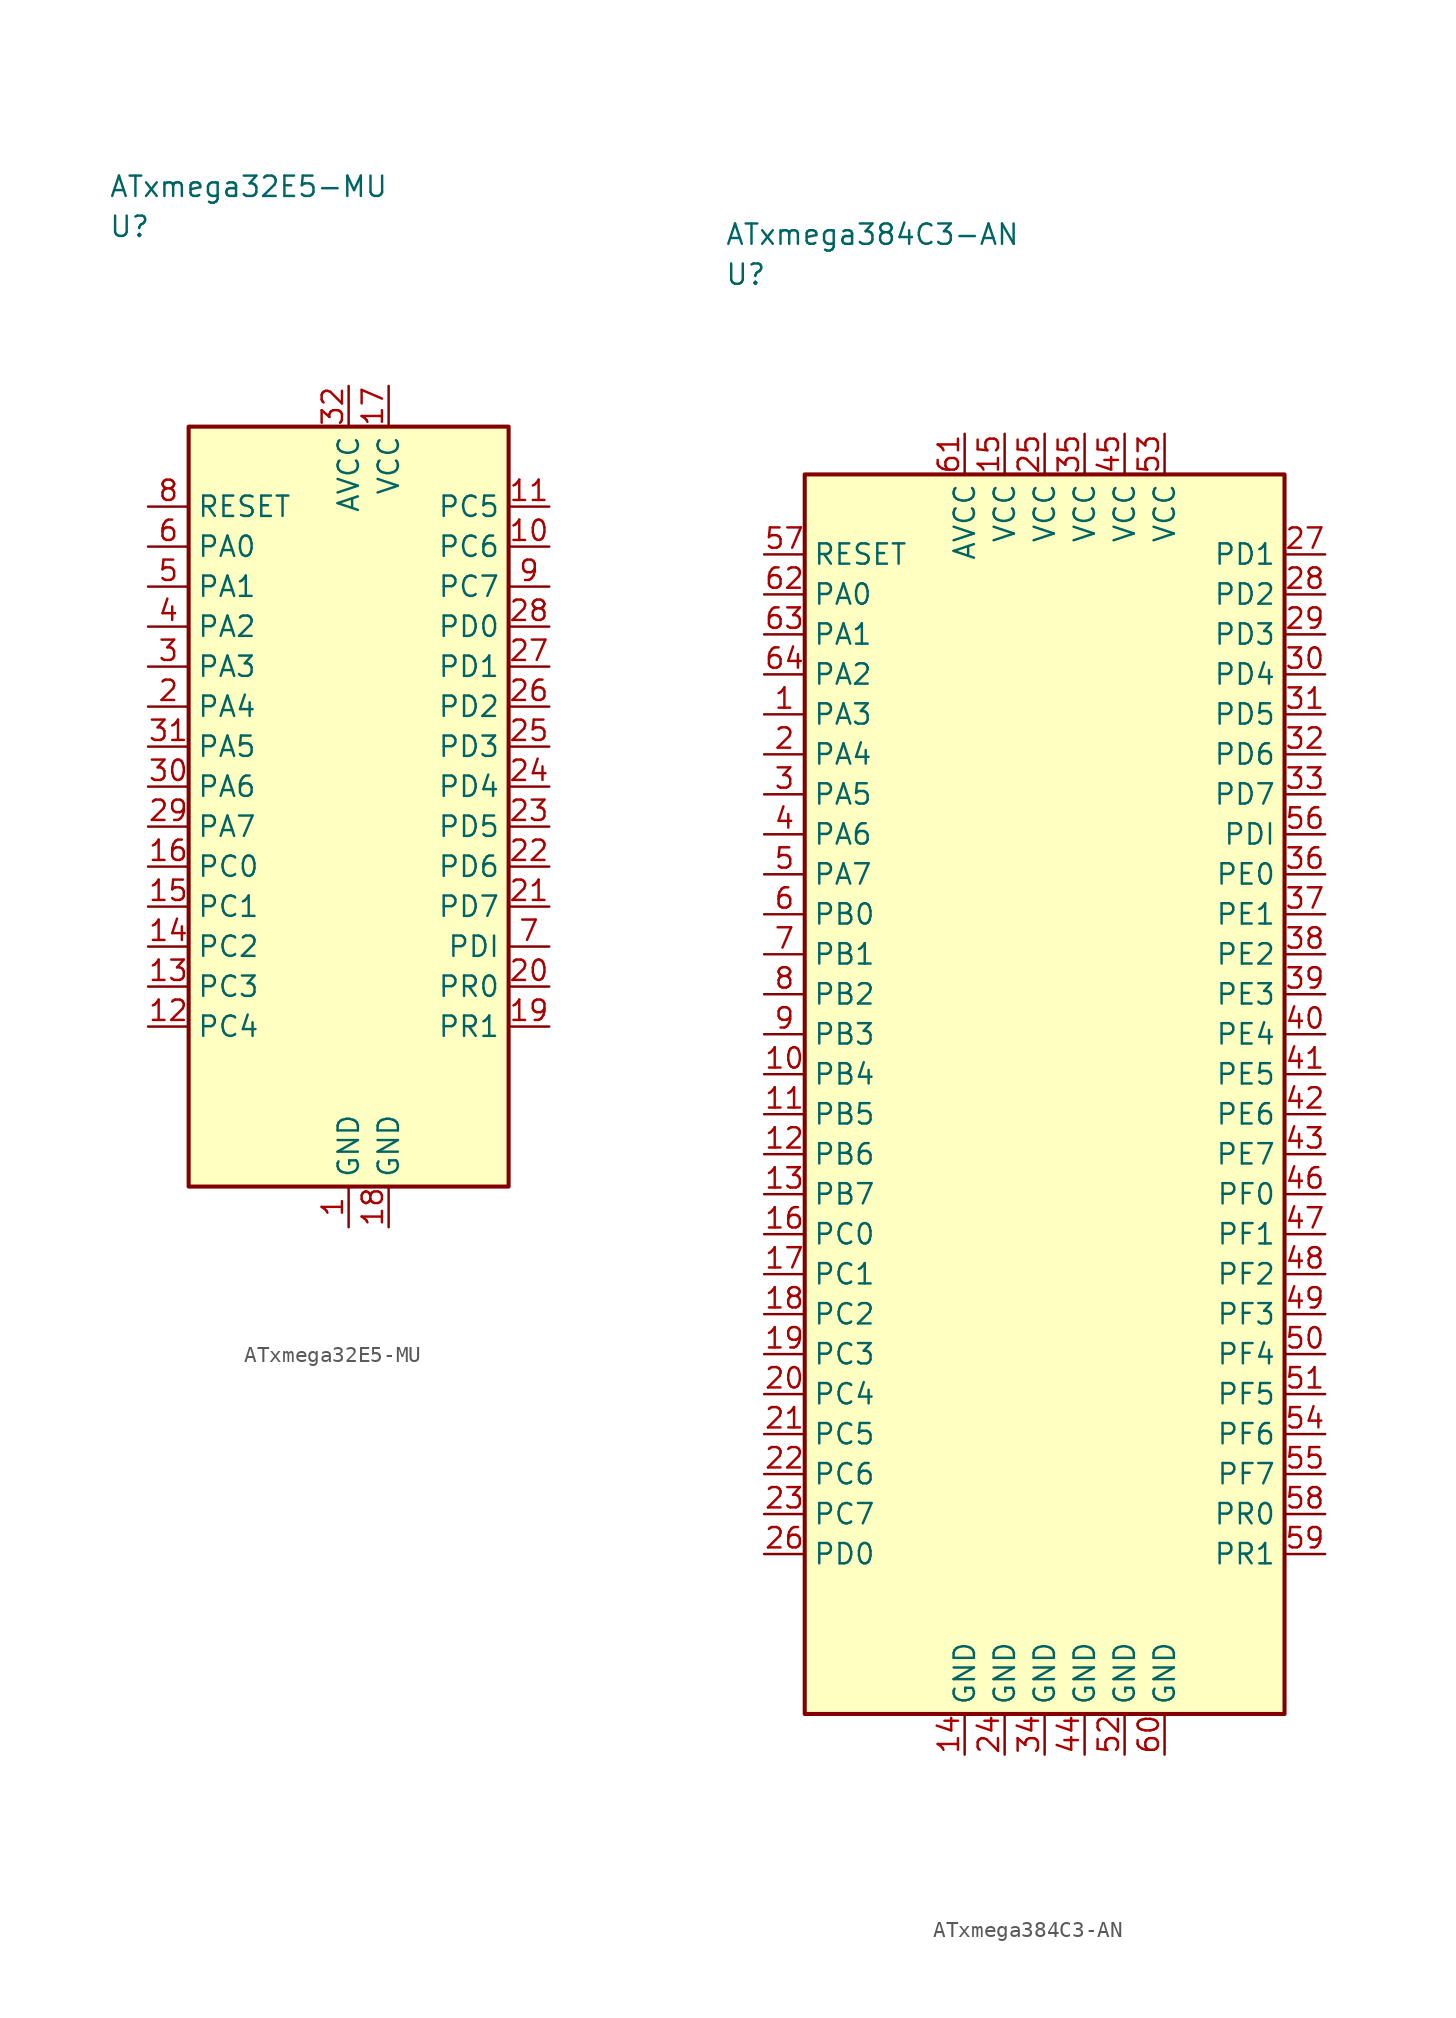
<source format=kicad_sym>
(kicad_symbol_lib
  (version 20241025)
  (generator "kicad_symbol_editor")
  (generator_version "8.0")
  (symbol "ATxmega32E5-MU"
    (property "Reference" "U"
      (at -15.0 36.25 0)
      (effects (font (size 1.27 1.27)) (justify left)))
    (property "Value" "ATxmega32E5-MU"
      (at -15.0 38.75 0)
      (effects (font (size 1.27 1.27)) (justify left)))
    (symbol "ATxmega32E5-MU_0_1"
      (rectangle (start -10.0 23.75) (end 10.0 -23.75) (stroke (width 0.254) (type default)) (fill (type background))))
    (symbol "ATxmega32E5-MU_1_1"
      (pin passive line (at 0.0 -26.29 90.0) (length 2.54) (name "GND" (effects (font (size 1.27 1.27)))) (number "1" (effects (font (size 1.27 1.27)))))
      (pin bidirectional line (at -12.54 6.25 0.0) (length 2.54) (name "PA4" (effects (font (size 1.27 1.27)))) (number "2" (effects (font (size 1.27 1.27)))))
      (pin bidirectional line (at -12.54 8.75 0.0) (length 2.54) (name "PA3" (effects (font (size 1.27 1.27)))) (number "3" (effects (font (size 1.27 1.27)))))
      (pin bidirectional line (at -12.54 11.25 0.0) (length 2.54) (name "PA2" (effects (font (size 1.27 1.27)))) (number "4" (effects (font (size 1.27 1.27)))))
      (pin bidirectional line (at -12.54 13.75 0.0) (length 2.54) (name "PA1" (effects (font (size 1.27 1.27)))) (number "5" (effects (font (size 1.27 1.27)))))
      (pin bidirectional line (at -12.54 16.25 0.0) (length 2.54) (name "PA0" (effects (font (size 1.27 1.27)))) (number "6" (effects (font (size 1.27 1.27)))))
      (pin bidirectional line (at 12.54 -8.75 180.0) (length 2.54) (name "PDI" (effects (font (size 1.27 1.27)))) (number "7" (effects (font (size 1.27 1.27)))))
      (pin input line (at -12.54 18.75 0.0) (length 2.54) (name "RESET" (effects (font (size 1.27 1.27)))) (number "8" (effects (font (size 1.27 1.27)))))
      (pin bidirectional line (at 12.54 13.75 180.0) (length 2.54) (name "PC7" (effects (font (size 1.27 1.27)))) (number "9" (effects (font (size 1.27 1.27)))))
      (pin bidirectional line (at 12.54 16.25 180.0) (length 2.54) (name "PC6" (effects (font (size 1.27 1.27)))) (number "10" (effects (font (size 1.27 1.27)))))
      (pin bidirectional line (at 12.54 18.75 180.0) (length 2.54) (name "PC5" (effects (font (size 1.27 1.27)))) (number "11" (effects (font (size 1.27 1.27)))))
      (pin bidirectional line (at -12.54 -13.75 0.0) (length 2.54) (name "PC4" (effects (font (size 1.27 1.27)))) (number "12" (effects (font (size 1.27 1.27)))))
      (pin bidirectional line (at -12.54 -11.25 0.0) (length 2.54) (name "PC3" (effects (font (size 1.27 1.27)))) (number "13" (effects (font (size 1.27 1.27)))))
      (pin bidirectional line (at -12.54 -8.75 0.0) (length 2.54) (name "PC2" (effects (font (size 1.27 1.27)))) (number "14" (effects (font (size 1.27 1.27)))))
      (pin bidirectional line (at -12.54 -6.25 0.0) (length 2.54) (name "PC1" (effects (font (size 1.27 1.27)))) (number "15" (effects (font (size 1.27 1.27)))))
      (pin bidirectional line (at -12.54 -3.75 0.0) (length 2.54) (name "PC0" (effects (font (size 1.27 1.27)))) (number "16" (effects (font (size 1.27 1.27)))))
      (pin power_in line (at 2.5 26.29 270.0) (length 2.54) (name "VCC" (effects (font (size 1.27 1.27)))) (number "17" (effects (font (size 1.27 1.27)))))
      (pin passive line (at 2.5 -26.29 90.0) (length 2.54) (name "GND" (effects (font (size 1.27 1.27)))) (number "18" (effects (font (size 1.27 1.27)))))
      (pin bidirectional line (at 12.54 -13.75 180.0) (length 2.54) (name "PR1" (effects (font (size 1.27 1.27)))) (number "19" (effects (font (size 1.27 1.27)))))
      (pin bidirectional line (at 12.54 -11.25 180.0) (length 2.54) (name "PR0" (effects (font (size 1.27 1.27)))) (number "20" (effects (font (size 1.27 1.27)))))
      (pin bidirectional line (at 12.54 -6.25 180.0) (length 2.54) (name "PD7" (effects (font (size 1.27 1.27)))) (number "21" (effects (font (size 1.27 1.27)))))
      (pin bidirectional line (at 12.54 -3.75 180.0) (length 2.54) (name "PD6" (effects (font (size 1.27 1.27)))) (number "22" (effects (font (size 1.27 1.27)))))
      (pin bidirectional line (at 12.54 -1.25 180.0) (length 2.54) (name "PD5" (effects (font (size 1.27 1.27)))) (number "23" (effects (font (size 1.27 1.27)))))
      (pin bidirectional line (at 12.54 1.25 180.0) (length 2.54) (name "PD4" (effects (font (size 1.27 1.27)))) (number "24" (effects (font (size 1.27 1.27)))))
      (pin bidirectional line (at 12.54 3.75 180.0) (length 2.54) (name "PD3" (effects (font (size 1.27 1.27)))) (number "25" (effects (font (size 1.27 1.27)))))
      (pin bidirectional line (at 12.54 6.25 180.0) (length 2.54) (name "PD2" (effects (font (size 1.27 1.27)))) (number "26" (effects (font (size 1.27 1.27)))))
      (pin bidirectional line (at 12.54 8.75 180.0) (length 2.54) (name "PD1" (effects (font (size 1.27 1.27)))) (number "27" (effects (font (size 1.27 1.27)))))
      (pin bidirectional line (at 12.54 11.25 180.0) (length 2.54) (name "PD0" (effects (font (size 1.27 1.27)))) (number "28" (effects (font (size 1.27 1.27)))))
      (pin bidirectional line (at -12.54 -1.25 0.0) (length 2.54) (name "PA7" (effects (font (size 1.27 1.27)))) (number "29" (effects (font (size 1.27 1.27)))))
      (pin bidirectional line (at -12.54 1.25 0.0) (length 2.54) (name "PA6" (effects (font (size 1.27 1.27)))) (number "30" (effects (font (size 1.27 1.27)))))
      (pin bidirectional line (at -12.54 3.75 0.0) (length 2.54) (name "PA5" (effects (font (size 1.27 1.27)))) (number "31" (effects (font (size 1.27 1.27)))))
      (pin power_in line (at 0.0 26.29 270.0) (length 2.54) (name "AVCC" (effects (font (size 1.27 1.27)))) (number "32" (effects (font (size 1.27 1.27)))))))
  (symbol "ATxmega384C3-AN"
    (property "Reference" "U"
      (at -20.0 51.25 0)
      (effects (font (size 1.27 1.27)) (justify left)))
    (property "Value" "ATxmega384C3-AN"
      (at -20.0 53.75 0)
      (effects (font (size 1.27 1.27)) (justify left)))
    (symbol "ATxmega384C3-AN_0_1"
      (rectangle (start -15.0 38.75) (end 15.0 -38.75) (stroke (width 0.254) (type default)) (fill (type background))))
    (symbol "ATxmega384C3-AN_1_1"
      (pin bidirectional line (at -17.54 23.75 0.0) (length 2.54) (name "PA3" (effects (font (size 1.27 1.27)))) (number "1" (effects (font (size 1.27 1.27)))))
      (pin bidirectional line (at -17.54 21.25 0.0) (length 2.54) (name "PA4" (effects (font (size 1.27 1.27)))) (number "2" (effects (font (size 1.27 1.27)))))
      (pin bidirectional line (at -17.54 18.75 0.0) (length 2.54) (name "PA5" (effects (font (size 1.27 1.27)))) (number "3" (effects (font (size 1.27 1.27)))))
      (pin bidirectional line (at -17.54 16.25 0.0) (length 2.54) (name "PA6" (effects (font (size 1.27 1.27)))) (number "4" (effects (font (size 1.27 1.27)))))
      (pin bidirectional line (at -17.54 13.75 0.0) (length 2.54) (name "PA7" (effects (font (size 1.27 1.27)))) (number "5" (effects (font (size 1.27 1.27)))))
      (pin bidirectional line (at -17.54 11.25 0.0) (length 2.54) (name "PB0" (effects (font (size 1.27 1.27)))) (number "6" (effects (font (size 1.27 1.27)))))
      (pin bidirectional line (at -17.54 8.75 0.0) (length 2.54) (name "PB1" (effects (font (size 1.27 1.27)))) (number "7" (effects (font (size 1.27 1.27)))))
      (pin bidirectional line (at -17.54 6.25 0.0) (length 2.54) (name "PB2" (effects (font (size 1.27 1.27)))) (number "8" (effects (font (size 1.27 1.27)))))
      (pin bidirectional line (at -17.54 3.75 0.0) (length 2.54) (name "PB3" (effects (font (size 1.27 1.27)))) (number "9" (effects (font (size 1.27 1.27)))))
      (pin bidirectional line (at -17.54 1.25 0.0) (length 2.54) (name "PB4" (effects (font (size 1.27 1.27)))) (number "10" (effects (font (size 1.27 1.27)))))
      (pin bidirectional line (at -17.54 -1.25 0.0) (length 2.54) (name "PB5" (effects (font (size 1.27 1.27)))) (number "11" (effects (font (size 1.27 1.27)))))
      (pin bidirectional line (at -17.54 -3.75 0.0) (length 2.54) (name "PB6" (effects (font (size 1.27 1.27)))) (number "12" (effects (font (size 1.27 1.27)))))
      (pin bidirectional line (at -17.54 -6.25 0.0) (length 2.54) (name "PB7" (effects (font (size 1.27 1.27)))) (number "13" (effects (font (size 1.27 1.27)))))
      (pin passive line (at -5.0 -41.29 90.0) (length 2.54) (name "GND" (effects (font (size 1.27 1.27)))) (number "14" (effects (font (size 1.27 1.27)))))
      (pin power_in line (at -2.5 41.29 270.0) (length 2.54) (name "VCC" (effects (font (size 1.27 1.27)))) (number "15" (effects (font (size 1.27 1.27)))))
      (pin bidirectional line (at -17.54 -8.75 0.0) (length 2.54) (name "PC0" (effects (font (size 1.27 1.27)))) (number "16" (effects (font (size 1.27 1.27)))))
      (pin bidirectional line (at -17.54 -11.25 0.0) (length 2.54) (name "PC1" (effects (font (size 1.27 1.27)))) (number "17" (effects (font (size 1.27 1.27)))))
      (pin bidirectional line (at -17.54 -13.75 0.0) (length 2.54) (name "PC2" (effects (font (size 1.27 1.27)))) (number "18" (effects (font (size 1.27 1.27)))))
      (pin bidirectional line (at -17.54 -16.25 0.0) (length 2.54) (name "PC3" (effects (font (size 1.27 1.27)))) (number "19" (effects (font (size 1.27 1.27)))))
      (pin bidirectional line (at -17.54 -18.75 0.0) (length 2.54) (name "PC4" (effects (font (size 1.27 1.27)))) (number "20" (effects (font (size 1.27 1.27)))))
      (pin bidirectional line (at -17.54 -21.25 0.0) (length 2.54) (name "PC5" (effects (font (size 1.27 1.27)))) (number "21" (effects (font (size 1.27 1.27)))))
      (pin bidirectional line (at -17.54 -23.75 0.0) (length 2.54) (name "PC6" (effects (font (size 1.27 1.27)))) (number "22" (effects (font (size 1.27 1.27)))))
      (pin bidirectional line (at -17.54 -26.25 0.0) (length 2.54) (name "PC7" (effects (font (size 1.27 1.27)))) (number "23" (effects (font (size 1.27 1.27)))))
      (pin passive line (at -2.5 -41.29 90.0) (length 2.54) (name "GND" (effects (font (size 1.27 1.27)))) (number "24" (effects (font (size 1.27 1.27)))))
      (pin power_in line (at 0.0 41.29 270.0) (length 2.54) (name "VCC" (effects (font (size 1.27 1.27)))) (number "25" (effects (font (size 1.27 1.27)))))
      (pin bidirectional line (at -17.54 -28.75 0.0) (length 2.54) (name "PD0" (effects (font (size 1.27 1.27)))) (number "26" (effects (font (size 1.27 1.27)))))
      (pin bidirectional line (at 17.54 33.75 180.0) (length 2.54) (name "PD1" (effects (font (size 1.27 1.27)))) (number "27" (effects (font (size 1.27 1.27)))))
      (pin bidirectional line (at 17.54 31.25 180.0) (length 2.54) (name "PD2" (effects (font (size 1.27 1.27)))) (number "28" (effects (font (size 1.27 1.27)))))
      (pin bidirectional line (at 17.54 28.75 180.0) (length 2.54) (name "PD3" (effects (font (size 1.27 1.27)))) (number "29" (effects (font (size 1.27 1.27)))))
      (pin bidirectional line (at 17.54 26.25 180.0) (length 2.54) (name "PD4" (effects (font (size 1.27 1.27)))) (number "30" (effects (font (size 1.27 1.27)))))
      (pin bidirectional line (at 17.54 23.75 180.0) (length 2.54) (name "PD5" (effects (font (size 1.27 1.27)))) (number "31" (effects (font (size 1.27 1.27)))))
      (pin bidirectional line (at 17.54 21.25 180.0) (length 2.54) (name "PD6" (effects (font (size 1.27 1.27)))) (number "32" (effects (font (size 1.27 1.27)))))
      (pin bidirectional line (at 17.54 18.75 180.0) (length 2.54) (name "PD7" (effects (font (size 1.27 1.27)))) (number "33" (effects (font (size 1.27 1.27)))))
      (pin passive line (at 0.0 -41.29 90.0) (length 2.54) (name "GND" (effects (font (size 1.27 1.27)))) (number "34" (effects (font (size 1.27 1.27)))))
      (pin power_in line (at 2.5 41.29 270.0) (length 2.54) (name "VCC" (effects (font (size 1.27 1.27)))) (number "35" (effects (font (size 1.27 1.27)))))
      (pin bidirectional line (at 17.54 13.75 180.0) (length 2.54) (name "PE0" (effects (font (size 1.27 1.27)))) (number "36" (effects (font (size 1.27 1.27)))))
      (pin bidirectional line (at 17.54 11.25 180.0) (length 2.54) (name "PE1" (effects (font (size 1.27 1.27)))) (number "37" (effects (font (size 1.27 1.27)))))
      (pin bidirectional line (at 17.54 8.75 180.0) (length 2.54) (name "PE2" (effects (font (size 1.27 1.27)))) (number "38" (effects (font (size 1.27 1.27)))))
      (pin bidirectional line (at 17.54 6.25 180.0) (length 2.54) (name "PE3" (effects (font (size 1.27 1.27)))) (number "39" (effects (font (size 1.27 1.27)))))
      (pin bidirectional line (at 17.54 3.75 180.0) (length 2.54) (name "PE4" (effects (font (size 1.27 1.27)))) (number "40" (effects (font (size 1.27 1.27)))))
      (pin bidirectional line (at 17.54 1.25 180.0) (length 2.54) (name "PE5" (effects (font (size 1.27 1.27)))) (number "41" (effects (font (size 1.27 1.27)))))
      (pin bidirectional line (at 17.54 -1.25 180.0) (length 2.54) (name "PE6" (effects (font (size 1.27 1.27)))) (number "42" (effects (font (size 1.27 1.27)))))
      (pin bidirectional line (at 17.54 -3.75 180.0) (length 2.54) (name "PE7" (effects (font (size 1.27 1.27)))) (number "43" (effects (font (size 1.27 1.27)))))
      (pin passive line (at 2.5 -41.29 90.0) (length 2.54) (name "GND" (effects (font (size 1.27 1.27)))) (number "44" (effects (font (size 1.27 1.27)))))
      (pin power_in line (at 5.0 41.29 270.0) (length 2.54) (name "VCC" (effects (font (size 1.27 1.27)))) (number "45" (effects (font (size 1.27 1.27)))))
      (pin bidirectional line (at 17.54 -6.25 180.0) (length 2.54) (name "PF0" (effects (font (size 1.27 1.27)))) (number "46" (effects (font (size 1.27 1.27)))))
      (pin bidirectional line (at 17.54 -8.75 180.0) (length 2.54) (name "PF1" (effects (font (size 1.27 1.27)))) (number "47" (effects (font (size 1.27 1.27)))))
      (pin bidirectional line (at 17.54 -11.25 180.0) (length 2.54) (name "PF2" (effects (font (size 1.27 1.27)))) (number "48" (effects (font (size 1.27 1.27)))))
      (pin bidirectional line (at 17.54 -13.75 180.0) (length 2.54) (name "PF3" (effects (font (size 1.27 1.27)))) (number "49" (effects (font (size 1.27 1.27)))))
      (pin bidirectional line (at 17.54 -16.25 180.0) (length 2.54) (name "PF4" (effects (font (size 1.27 1.27)))) (number "50" (effects (font (size 1.27 1.27)))))
      (pin bidirectional line (at 17.54 -18.75 180.0) (length 2.54) (name "PF5" (effects (font (size 1.27 1.27)))) (number "51" (effects (font (size 1.27 1.27)))))
      (pin passive line (at 5.0 -41.29 90.0) (length 2.54) (name "GND" (effects (font (size 1.27 1.27)))) (number "52" (effects (font (size 1.27 1.27)))))
      (pin power_in line (at 7.5 41.29 270.0) (length 2.54) (name "VCC" (effects (font (size 1.27 1.27)))) (number "53" (effects (font (size 1.27 1.27)))))
      (pin bidirectional line (at 17.54 -21.25 180.0) (length 2.54) (name "PF6" (effects (font (size 1.27 1.27)))) (number "54" (effects (font (size 1.27 1.27)))))
      (pin bidirectional line (at 17.54 -23.75 180.0) (length 2.54) (name "PF7" (effects (font (size 1.27 1.27)))) (number "55" (effects (font (size 1.27 1.27)))))
      (pin bidirectional line (at 17.54 16.25 180.0) (length 2.54) (name "PDI" (effects (font (size 1.27 1.27)))) (number "56" (effects (font (size 1.27 1.27)))))
      (pin input line (at -17.54 33.75 0.0) (length 2.54) (name "RESET" (effects (font (size 1.27 1.27)))) (number "57" (effects (font (size 1.27 1.27)))))
      (pin bidirectional line (at 17.54 -26.25 180.0) (length 2.54) (name "PR0" (effects (font (size 1.27 1.27)))) (number "58" (effects (font (size 1.27 1.27)))))
      (pin bidirectional line (at 17.54 -28.75 180.0) (length 2.54) (name "PR1" (effects (font (size 1.27 1.27)))) (number "59" (effects (font (size 1.27 1.27)))))
      (pin passive line (at 7.5 -41.29 90.0) (length 2.54) (name "GND" (effects (font (size 1.27 1.27)))) (number "60" (effects (font (size 1.27 1.27)))))
      (pin power_in line (at -5.0 41.29 270.0) (length 2.54) (name "AVCC" (effects (font (size 1.27 1.27)))) (number "61" (effects (font (size 1.27 1.27)))))
      (pin bidirectional line (at -17.54 31.25 0.0) (length 2.54) (name "PA0" (effects (font (size 1.27 1.27)))) (number "62" (effects (font (size 1.27 1.27)))))
      (pin bidirectional line (at -17.54 28.75 0.0) (length 2.54) (name "PA1" (effects (font (size 1.27 1.27)))) (number "63" (effects (font (size 1.27 1.27)))))
      (pin bidirectional line (at -17.54 26.25 0.0) (length 2.54) (name "PA2" (effects (font (size 1.27 1.27)))) (number "64" (effects (font (size 1.27 1.27))))))))
</source>
